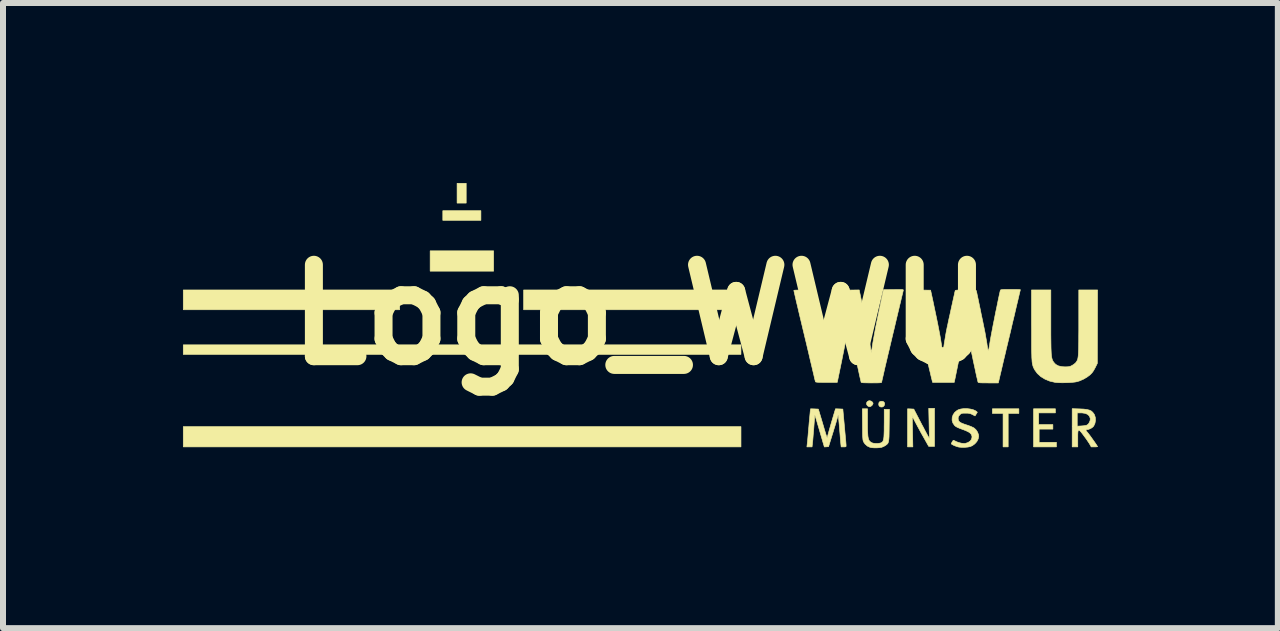
<source format=kicad_pcb>
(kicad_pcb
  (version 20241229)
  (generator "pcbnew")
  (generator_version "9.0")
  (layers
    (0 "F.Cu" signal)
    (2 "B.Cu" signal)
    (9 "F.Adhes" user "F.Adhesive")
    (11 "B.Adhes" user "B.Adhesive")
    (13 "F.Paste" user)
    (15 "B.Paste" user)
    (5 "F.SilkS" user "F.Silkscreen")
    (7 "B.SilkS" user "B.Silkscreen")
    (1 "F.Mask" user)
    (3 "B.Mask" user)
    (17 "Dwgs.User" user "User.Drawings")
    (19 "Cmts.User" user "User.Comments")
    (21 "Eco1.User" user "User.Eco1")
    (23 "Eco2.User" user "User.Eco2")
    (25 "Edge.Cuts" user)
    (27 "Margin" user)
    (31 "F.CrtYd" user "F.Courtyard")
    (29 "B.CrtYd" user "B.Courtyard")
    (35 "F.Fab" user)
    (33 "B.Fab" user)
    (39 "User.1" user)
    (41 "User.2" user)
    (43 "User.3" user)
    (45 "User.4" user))
  (footprint "Logo_WWU"
    (layer "F.Cu")
    (at 7.625 2.198)
    (property "Reference" "Logo_WWU" (at 0 0 0) (layer "F.SilkS") (effects (font (size 1.524 1.524) (thickness 0.3))))
    (attr through_hole)
    (fp_poly (pts (xy -4.013 -0.085) (xy -7.62 -0.085) (xy -7.62 -0.415) (xy -4.013 -0.415) (xy -4.013 -0.085)) (stroke (width 0.01) (type solid)) (fill yes) (layer "F.SilkS"))
    (fp_poly (pts (xy -2.904 -1.863) (xy -3.056 -1.863) (xy -3.056 -2.193) (xy -2.904 -2.193) (xy -2.904 -1.863)) (stroke (width 0.01) (type solid)) (fill yes) (layer "F.SilkS"))
    (fp_poly (pts (xy -2.659 -1.575) (xy -3.294 -1.575) (xy -3.294 -1.736) (xy -2.659 -1.736) (xy -2.659 -1.575)) (stroke (width 0.01) (type solid)) (fill yes) (layer "F.SilkS"))
    (fp_poly (pts (xy -2.447 -0.728) (xy -3.505 -0.728) (xy -3.505 -1.067) (xy -2.447 -1.067) (xy -2.447 -0.728)) (stroke (width 0.01) (type solid)) (fill yes) (layer "F.SilkS"))
    (fp_poly (pts (xy 1.668 -0.085) (xy -1.947 -0.085) (xy -1.947 -0.415) (xy 1.668 -0.415) (xy 1.668 -0.085)) (stroke (width 0.01) (type solid)) (fill yes) (layer "F.SilkS"))
    (fp_poly (pts (xy 1.676 0.66) (xy -7.62 0.66) (xy -7.62 0.5) (xy 1.676 0.5) (xy 1.676 0.66)) (stroke (width 0.01) (type solid)) (fill yes) (layer "F.SilkS"))
    (fp_poly (pts (xy 1.676 2.201) (xy -7.62 2.201) (xy -7.62 1.863) (xy 1.676 1.863) (xy 1.676 2.201)) (stroke (width 0.01) (type solid)) (fill yes) (layer "F.SilkS"))
    (fp_poly (pts (xy 6.308 1.643) (xy 6.13 1.643) (xy 6.13 2.201) (xy 6.045 2.201) (xy 6.045 1.643) (xy 5.867 1.643) (xy 5.867 1.566) (xy 6.308 1.566) (xy 6.308 1.643)) (stroke (width 0.01) (type solid)) (fill yes) (layer "F.SilkS"))
    (fp_poly (pts (xy 6.917 1.634) (xy 6.638 1.634) (xy 6.638 1.829) (xy 6.875 1.829) (xy 6.875 1.905) (xy 6.646 1.905) (xy 6.646 2.125) (xy 6.934 2.125) (xy 6.934 2.201) (xy 6.553 2.201) (xy 6.553 1.566) (xy 6.917 1.566) (xy 6.917 1.634)) (stroke (width 0.01) (type solid)) (fill yes) (layer "F.SilkS"))
    (fp_poly (pts (xy 4.053 1.448) (xy 4.068 1.466) (xy 4.071 1.478) (xy 4.067 1.506) (xy 4.051 1.527) (xy 4.029 1.537) (xy 4.003 1.535) (xy 3.989 1.528) (xy 3.976 1.513) (xy 3.972 1.493) (xy 3.973 1.483) (xy 3.977 1.461) (xy 3.989 1.448) (xy 3.998 1.444) (xy 4.028 1.44) (xy 4.053 1.448)) (stroke (width 0.01) (type solid)) (fill yes) (layer "F.SilkS"))
    (fp_poly (pts (xy 3.843 1.437) (xy 3.864 1.451) (xy 3.876 1.469) (xy 3.878 1.476) (xy 3.873 1.491) (xy 3.861 1.509) (xy 3.86 1.51) (xy 3.837 1.528) (xy 3.811 1.531) (xy 3.787 1.517) (xy 3.785 1.516) (xy 3.77 1.492) (xy 3.77 1.467) (xy 3.782 1.446) (xy 3.805 1.433) (xy 3.821 1.431) (xy 3.843 1.437)) (stroke (width 0.01) (type solid)) (fill yes) (layer "F.SilkS"))
    (fp_poly (pts (xy 4.902 2.193) (xy 4.854 2.193) (xy 4.805 2.192) (xy 4.712 2.026) (xy 4.681 1.972) (xy 4.651 1.916) (xy 4.622 1.863) (xy 4.597 1.816) (xy 4.578 1.78) (xy 4.575 1.775) (xy 4.531 1.689) (xy 4.536 1.945) (xy 4.541 2.201) (xy 4.453 2.201) (xy 4.453 1.566) (xy 4.505 1.568) (xy 4.557 1.571) (xy 4.66 1.77) (xy 4.689 1.826) (xy 4.718 1.879) (xy 4.743 1.928) (xy 4.765 1.969) (xy 4.781 1.999) (xy 4.79 2.015) (xy 4.817 2.061) (xy 4.806 1.558) (xy 4.902 1.558) (xy 4.902 2.193)) (stroke (width 0.01) (type solid)) (fill yes) (layer "F.SilkS"))
    (fp_poly (pts (xy 3.785 1.772) (xy 3.785 1.855) (xy 3.786 1.923) (xy 3.789 1.978) (xy 3.792 2.022) (xy 3.798 2.055) (xy 3.806 2.081) (xy 3.816 2.1) (xy 3.83 2.114) (xy 3.846 2.126) (xy 3.857 2.132) (xy 3.883 2.14) (xy 3.919 2.144) (xy 3.957 2.144) (xy 3.992 2.139) (xy 4.006 2.135) (xy 4.021 2.128) (xy 4.033 2.119) (xy 4.042 2.107) (xy 4.049 2.089) (xy 4.055 2.065) (xy 4.059 2.031) (xy 4.061 1.987) (xy 4.063 1.931) (xy 4.063 1.861) (xy 4.064 1.793) (xy 4.064 1.575) (xy 4.15 1.575) (xy 4.147 1.839) (xy 4.146 1.918) (xy 4.145 1.982) (xy 4.144 2.032) (xy 4.141 2.072) (xy 4.137 2.102) (xy 4.132 2.124) (xy 4.125 2.141) (xy 4.115 2.153) (xy 4.103 2.164) (xy 4.087 2.175) (xy 4.084 2.178) (xy 4.055 2.194) (xy 4.024 2.207) (xy 4.017 2.209) (xy 3.985 2.214) (xy 3.943 2.217) (xy 3.898 2.217) (xy 3.857 2.214) (xy 3.827 2.208) (xy 3.782 2.187) (xy 3.744 2.153) (xy 3.723 2.123) (xy 3.718 2.112) (xy 3.714 2.101) (xy 3.71 2.088) (xy 3.708 2.07) (xy 3.706 2.046) (xy 3.704 2.013) (xy 3.703 1.97) (xy 3.703 1.915) (xy 3.702 1.845) (xy 3.702 1.827) (xy 3.699 1.566) (xy 3.785 1.566) (xy 3.785 1.772)) (stroke (width 0.01) (type solid)) (fill yes) (layer "F.SilkS"))
    (fp_poly (pts (xy 7.322 1.568) (xy 7.389 1.571) (xy 7.442 1.578) (xy 7.483 1.588) (xy 7.515 1.603) (xy 7.54 1.625) (xy 7.561 1.653) (xy 7.57 1.67) (xy 7.583 1.712) (xy 7.585 1.759) (xy 7.577 1.807) (xy 7.558 1.849) (xy 7.546 1.865) (xy 7.523 1.884) (xy 7.493 1.9) (xy 7.463 1.911) (xy 7.447 1.913) (xy 7.431 1.915) (xy 7.427 1.922) (xy 7.434 1.937) (xy 7.452 1.96) (xy 7.458 1.967) (xy 7.472 1.985) (xy 7.493 2.012) (xy 7.516 2.044) (xy 7.541 2.079) (xy 7.566 2.114) (xy 7.588 2.146) (xy 7.606 2.173) (xy 7.617 2.191) (xy 7.62 2.197) (xy 7.612 2.199) (xy 7.592 2.201) (xy 7.567 2.201) (xy 7.514 2.201) (xy 7.492 2.161) (xy 7.478 2.138) (xy 7.457 2.107) (xy 7.432 2.07) (xy 7.404 2.032) (xy 7.404 2.032) (xy 7.368 1.983) (xy 7.34 1.948) (xy 7.32 1.928) (xy 7.306 1.922) (xy 7.297 1.931) (xy 7.292 1.955) (xy 7.29 1.995) (xy 7.29 2.051) (xy 7.29 2.062) (xy 7.29 2.201) (xy 7.197 2.201) (xy 7.197 1.634) (xy 7.281 1.634) (xy 7.281 1.856) (xy 7.351 1.852) (xy 7.387 1.849) (xy 7.419 1.844) (xy 7.441 1.838) (xy 7.444 1.837) (xy 7.467 1.819) (xy 7.485 1.79) (xy 7.497 1.757) (xy 7.498 1.726) (xy 7.498 1.725) (xy 7.483 1.687) (xy 7.454 1.659) (xy 7.413 1.642) (xy 7.357 1.634) (xy 7.341 1.634) (xy 7.281 1.634) (xy 7.197 1.634) (xy 7.197 1.564) (xy 7.322 1.568)) (stroke (width 0.01) (type solid)) (fill yes) (layer "F.SilkS"))
    (fp_poly (pts (xy 6.841 0.116) (xy 6.841 0.232) (xy 6.841 0.333) (xy 6.842 0.418) (xy 6.843 0.491) (xy 6.844 0.552) (xy 6.846 0.603) (xy 6.848 0.645) (xy 6.851 0.679) (xy 6.855 0.706) (xy 6.86 0.728) (xy 6.865 0.746) (xy 6.872 0.762) (xy 6.88 0.776) (xy 6.889 0.79) (xy 6.922 0.826) (xy 6.968 0.851) (xy 7.026 0.864) (xy 7.078 0.867) (xy 7.117 0.866) (xy 7.146 0.863) (xy 7.17 0.856) (xy 7.194 0.844) (xy 7.223 0.826) (xy 7.249 0.805) (xy 7.259 0.794) (xy 7.268 0.781) (xy 7.276 0.769) (xy 7.283 0.755) (xy 7.289 0.738) (xy 7.293 0.718) (xy 7.297 0.692) (xy 7.3 0.66) (xy 7.302 0.62) (xy 7.304 0.572) (xy 7.305 0.512) (xy 7.306 0.441) (xy 7.306 0.358) (xy 7.307 0.26) (xy 7.307 0.147) (xy 7.307 0.125) (xy 7.307 -0.415) (xy 7.62 -0.415) (xy 7.618 0.197) (xy 7.616 0.809) (xy 7.58 0.882) (xy 7.554 0.929) (xy 7.528 0.966) (xy 7.497 0.998) (xy 7.447 1.036) (xy 7.386 1.072) (xy 7.32 1.101) (xy 7.277 1.114) (xy 7.246 1.12) (xy 7.202 1.125) (xy 7.149 1.129) (xy 7.092 1.131) (xy 7.035 1.132) (xy 6.982 1.131) (xy 6.937 1.128) (xy 6.913 1.126) (xy 6.823 1.105) (xy 6.743 1.072) (xy 6.673 1.029) (xy 6.615 0.976) (xy 6.57 0.914) (xy 6.565 0.903) (xy 6.556 0.886) (xy 6.549 0.87) (xy 6.543 0.853) (xy 6.538 0.834) (xy 6.533 0.811) (xy 6.529 0.784) (xy 6.527 0.751) (xy 6.524 0.711) (xy 6.523 0.662) (xy 6.521 0.604) (xy 6.52 0.534) (xy 6.52 0.452) (xy 6.52 0.357) (xy 6.52 0.247) (xy 6.519 0.167) (xy 6.519 -0.415) (xy 6.841 -0.415) (xy 6.841 0.116)) (stroke (width 0.01) (type solid)) (fill yes) (layer "F.SilkS"))
    (fp_poly (pts (xy 5.445 1.563) (xy 5.499 1.57) (xy 5.548 1.582) (xy 5.587 1.6) (xy 5.597 1.607) (xy 5.616 1.623) (xy 5.597 1.654) (xy 5.578 1.685) (xy 5.534 1.662) (xy 5.508 1.65) (xy 5.484 1.643) (xy 5.454 1.639) (xy 5.421 1.639) (xy 5.386 1.639) (xy 5.364 1.641) (xy 5.348 1.646) (xy 5.335 1.655) (xy 5.324 1.666) (xy 5.305 1.689) (xy 5.297 1.711) (xy 5.296 1.727) (xy 5.299 1.752) (xy 5.309 1.773) (xy 5.328 1.791) (xy 5.359 1.807) (xy 5.403 1.824) (xy 5.431 1.833) (xy 5.473 1.847) (xy 5.512 1.862) (xy 5.544 1.877) (xy 5.561 1.886) (xy 5.592 1.914) (xy 5.618 1.952) (xy 5.634 1.993) (xy 5.639 2.023) (xy 5.63 2.068) (xy 5.608 2.112) (xy 5.574 2.15) (xy 5.532 2.181) (xy 5.494 2.197) (xy 5.458 2.204) (xy 5.412 2.208) (xy 5.364 2.209) (xy 5.321 2.206) (xy 5.296 2.202) (xy 5.271 2.194) (xy 5.243 2.184) (xy 5.216 2.172) (xy 5.195 2.16) (xy 5.183 2.152) (xy 5.182 2.15) (xy 5.186 2.138) (xy 5.195 2.12) (xy 5.206 2.102) (xy 5.215 2.092) (xy 5.217 2.091) (xy 5.228 2.095) (xy 5.248 2.104) (xy 5.258 2.11) (xy 5.303 2.128) (xy 5.351 2.14) (xy 5.394 2.144) (xy 5.416 2.143) (xy 5.461 2.128) (xy 5.496 2.105) (xy 5.518 2.075) (xy 5.527 2.04) (xy 5.526 2.022) (xy 5.518 1.998) (xy 5.502 1.976) (xy 5.477 1.957) (xy 5.44 1.938) (xy 5.39 1.917) (xy 5.367 1.909) (xy 5.319 1.891) (xy 5.284 1.876) (xy 5.26 1.863) (xy 5.242 1.849) (xy 5.235 1.842) (xy 5.208 1.802) (xy 5.195 1.757) (xy 5.197 1.711) (xy 5.212 1.666) (xy 5.239 1.626) (xy 5.278 1.594) (xy 5.298 1.583) (xy 5.339 1.57) (xy 5.39 1.563) (xy 5.445 1.563)) (stroke (width 0.01) (type solid)) (fill yes) (layer "F.SilkS"))
    (fp_poly (pts (xy 3.313 1.568) (xy 3.374 1.571) (xy 3.401 1.863) (xy 3.407 1.932) (xy 3.413 1.997) (xy 3.418 2.055) (xy 3.423 2.105) (xy 3.426 2.143) (xy 3.428 2.169) (xy 3.428 2.178) (xy 3.428 2.192) (xy 3.422 2.199) (xy 3.406 2.201) (xy 3.387 2.201) (xy 3.346 2.201) (xy 3.341 2.157) (xy 3.339 2.136) (xy 3.336 2.102) (xy 3.332 2.056) (xy 3.328 2.002) (xy 3.323 1.942) (xy 3.319 1.893) (xy 3.314 1.834) (xy 3.309 1.78) (xy 3.305 1.735) (xy 3.302 1.7) (xy 3.299 1.677) (xy 3.298 1.669) (xy 3.294 1.672) (xy 3.294 1.677) (xy 3.291 1.688) (xy 3.284 1.713) (xy 3.273 1.75) (xy 3.26 1.797) (xy 3.243 1.852) (xy 3.224 1.912) (xy 3.215 1.943) (xy 3.136 2.197) (xy 3.101 2.2) (xy 3.066 2.202) (xy 3.049 2.145) (xy 3.041 2.119) (xy 3.03 2.08) (xy 3.016 2.033) (xy 3 1.979) (xy 2.984 1.922) (xy 2.98 1.909) (xy 2.964 1.855) (xy 2.949 1.804) (xy 2.936 1.759) (xy 2.925 1.724) (xy 2.918 1.702) (xy 2.917 1.698) (xy 2.91 1.678) (xy 2.907 1.673) (xy 2.905 1.682) (xy 2.905 1.688) (xy 2.904 1.706) (xy 2.902 1.738) (xy 2.898 1.781) (xy 2.894 1.832) (xy 2.89 1.888) (xy 2.885 1.946) (xy 2.88 2.003) (xy 2.876 2.056) (xy 2.872 2.102) (xy 2.868 2.138) (xy 2.866 2.161) (xy 2.865 2.165) (xy 2.861 2.201) (xy 2.775 2.201) (xy 2.78 2.157) (xy 2.782 2.137) (xy 2.786 2.103) (xy 2.79 2.057) (xy 2.795 2.002) (xy 2.8 1.941) (xy 2.806 1.876) (xy 2.807 1.867) (xy 2.812 1.803) (xy 2.818 1.743) (xy 2.823 1.69) (xy 2.827 1.646) (xy 2.83 1.614) (xy 2.832 1.595) (xy 2.833 1.594) (xy 2.837 1.566) (xy 2.902 1.568) (xy 2.966 1.571) (xy 3.023 1.761) (xy 3.047 1.842) (xy 3.066 1.907) (xy 3.082 1.959) (xy 3.094 1.998) (xy 3.103 2.025) (xy 3.11 2.041) (xy 3.113 2.048) (xy 3.115 2.047) (xy 3.115 2.045) (xy 3.118 2.031) (xy 3.125 2.003) (xy 3.136 1.963) (xy 3.15 1.913) (xy 3.167 1.853) (xy 3.186 1.787) (xy 3.207 1.716) (xy 3.229 1.642) (xy 3.231 1.636) (xy 3.252 1.566) (xy 3.313 1.568)) (stroke (width 0.01) (type solid)) (fill yes) (layer "F.SilkS"))
    (fp_poly (pts (xy 4.349 -0.422) (xy 4.368 -0.421) (xy 4.378 -0.418) (xy 4.383 -0.415) (xy 4.383 -0.41) (xy 4.382 -0.409) (xy 4.379 -0.396) (xy 4.373 -0.37) (xy 4.364 -0.333) (xy 4.352 -0.286) (xy 4.34 -0.233) (xy 4.332 -0.199) (xy 4.321 -0.156) (xy 4.308 -0.099) (xy 4.291 -0.029) (xy 4.272 0.051) (xy 4.251 0.14) (xy 4.229 0.234) (xy 4.205 0.333) (xy 4.181 0.434) (xy 4.157 0.535) (xy 4.154 0.551) (xy 4.131 0.645) (xy 4.11 0.735) (xy 4.09 0.819) (xy 4.072 0.895) (xy 4.057 0.963) (xy 4.044 1.02) (xy 4.033 1.066) (xy 4.026 1.099) (xy 4.022 1.117) (xy 4.022 1.12) (xy 4.02 1.125) (xy 4.015 1.129) (xy 4.003 1.131) (xy 3.982 1.133) (xy 3.951 1.134) (xy 3.907 1.134) (xy 3.852 1.135) (xy 3.791 1.134) (xy 3.744 1.133) (xy 3.712 1.132) (xy 3.691 1.129) (xy 3.681 1.126) (xy 3.679 1.124) (xy 3.676 1.112) (xy 3.67 1.086) (xy 3.661 1.048) (xy 3.65 0.999) (xy 3.638 0.942) (xy 3.624 0.878) (xy 3.609 0.81) (xy 3.594 0.741) (xy 3.579 0.671) (xy 3.565 0.603) (xy 3.551 0.539) (xy 3.539 0.482) (xy 3.529 0.432) (xy 3.521 0.393) (xy 3.515 0.366) (xy 3.515 0.364) (xy 3.506 0.315) (xy 3.497 0.26) (xy 3.49 0.208) (xy 3.487 0.191) (xy 3.477 0.107) (xy 3.457 0.234) (xy 3.451 0.269) (xy 3.442 0.318) (xy 3.431 0.379) (xy 3.418 0.45) (xy 3.403 0.527) (xy 3.387 0.609) (xy 3.37 0.692) (xy 3.36 0.743) (xy 3.281 1.126) (xy 3.101 1.126) (xy 3.037 1.126) (xy 2.989 1.125) (xy 2.955 1.124) (xy 2.932 1.121) (xy 2.92 1.118) (xy 2.917 1.115) (xy 2.915 1.105) (xy 2.908 1.08) (xy 2.899 1.042) (xy 2.888 0.993) (xy 2.874 0.935) (xy 2.859 0.87) (xy 2.842 0.799) (xy 2.836 0.775) (xy 2.818 0.697) (xy 2.8 0.619) (xy 2.782 0.544) (xy 2.766 0.475) (xy 2.751 0.414) (xy 2.739 0.364) (xy 2.731 0.328) (xy 2.73 0.326) (xy 2.705 0.222) (xy 2.681 0.121) (xy 2.658 0.026) (xy 2.637 -0.063) (xy 2.618 -0.145) (xy 2.6 -0.218) (xy 2.586 -0.281) (xy 2.574 -0.333) (xy 2.565 -0.372) (xy 2.559 -0.397) (xy 2.557 -0.407) (xy 2.557 -0.407) (xy 2.565 -0.41) (xy 2.587 -0.412) (xy 2.622 -0.413) (xy 2.666 -0.414) (xy 2.717 -0.415) (xy 2.722 -0.415) (xy 2.779 -0.415) (xy 2.821 -0.415) (xy 2.85 -0.414) (xy 2.87 -0.412) (xy 2.881 -0.409) (xy 2.887 -0.405) (xy 2.89 -0.4) (xy 2.891 -0.396) (xy 2.907 -0.328) (xy 2.924 -0.251) (xy 2.941 -0.168) (xy 2.96 -0.079) (xy 2.978 0.012) (xy 2.996 0.103) (xy 3.014 0.193) (xy 3.03 0.279) (xy 3.045 0.359) (xy 3.057 0.43) (xy 3.067 0.492) (xy 3.075 0.54) (xy 3.078 0.57) (xy 3.082 0.597) (xy 3.086 0.616) (xy 3.09 0.621) (xy 3.09 0.621) (xy 3.094 0.61) (xy 3.099 0.586) (xy 3.104 0.554) (xy 3.106 0.535) (xy 3.115 0.473) (xy 3.127 0.399) (xy 3.143 0.313) (xy 3.163 0.213) (xy 3.187 0.098) (xy 3.214 -0.031) (xy 3.233 -0.114) (xy 3.298 -0.411) (xy 3.473 -0.413) (xy 3.647 -0.415) (xy 3.656 -0.371) (xy 3.66 -0.352) (xy 3.667 -0.319) (xy 3.676 -0.274) (xy 3.688 -0.219) (xy 3.701 -0.156) (xy 3.715 -0.088) (xy 3.73 -0.017) (xy 3.747 0.062) (xy 3.763 0.144) (xy 3.779 0.225) (xy 3.794 0.302) (xy 3.807 0.372) (xy 3.817 0.43) (xy 3.822 0.461) (xy 3.849 0.631) (xy 3.864 0.533) (xy 3.875 0.462) (xy 3.889 0.383) (xy 3.905 0.296) (xy 3.923 0.199) (xy 3.945 0.09) (xy 3.97 -0.032) (xy 3.99 -0.127) (xy 4.051 -0.419) (xy 4.219 -0.421) (xy 4.276 -0.422) (xy 4.319 -0.422) (xy 4.349 -0.422)) (stroke (width 0.01) (type solid)) (fill yes) (layer "F.SilkS"))
    (fp_poly (pts (xy 6.219 -0.423) (xy 6.264 -0.423) (xy 6.299 -0.422) (xy 6.323 -0.421) (xy 6.333 -0.42) (xy 6.333 -0.42) (xy 6.332 -0.412) (xy 6.327 -0.392) (xy 6.319 -0.359) (xy 6.308 -0.313) (xy 6.294 -0.252) (xy 6.276 -0.178) (xy 6.255 -0.089) (xy 6.231 0.015) (xy 6.202 0.134) (xy 6.171 0.269) (xy 6.135 0.419) (xy 6.095 0.585) (xy 6.091 0.605) (xy 6.074 0.676) (xy 6.056 0.75) (xy 6.039 0.823) (xy 6.023 0.892) (xy 6.009 0.952) (xy 6.001 0.984) (xy 5.966 1.135) (xy 5.799 1.135) (xy 5.741 1.134) (xy 5.698 1.134) (xy 5.668 1.133) (xy 5.648 1.131) (xy 5.636 1.128) (xy 5.63 1.125) (xy 5.627 1.12) (xy 5.622 1.102) (xy 5.615 1.069) (xy 5.604 1.025) (xy 5.592 0.97) (xy 5.579 0.907) (xy 5.564 0.838) (xy 5.548 0.765) (xy 5.533 0.691) (xy 5.517 0.617) (xy 5.503 0.546) (xy 5.489 0.48) (xy 5.477 0.42) (xy 5.467 0.37) (xy 5.46 0.331) (xy 5.456 0.309) (xy 5.448 0.262) (xy 5.441 0.219) (xy 5.435 0.183) (xy 5.431 0.158) (xy 5.43 0.152) (xy 5.428 0.145) (xy 5.424 0.148) (xy 5.42 0.164) (xy 5.414 0.193) (xy 5.406 0.237) (xy 5.402 0.267) (xy 5.395 0.308) (xy 5.385 0.364) (xy 5.372 0.43) (xy 5.358 0.504) (xy 5.342 0.582) (xy 5.326 0.663) (xy 5.31 0.743) (xy 5.31 0.745) (xy 5.294 0.819) (xy 5.28 0.888) (xy 5.267 0.951) (xy 5.256 1.006) (xy 5.247 1.05) (xy 5.24 1.082) (xy 5.236 1.1) (xy 5.236 1.103) (xy 5.231 1.126) (xy 4.87 1.126) (xy 4.856 1.069) (xy 4.85 1.045) (xy 4.841 1.008) (xy 4.83 0.96) (xy 4.816 0.904) (xy 4.802 0.843) (xy 4.788 0.783) (xy 4.754 0.639) (xy 4.717 0.483) (xy 4.678 0.319) (xy 4.638 0.15) (xy 4.597 -0.019) (xy 4.56 -0.177) (xy 4.545 -0.237) (xy 4.532 -0.292) (xy 4.521 -0.339) (xy 4.513 -0.376) (xy 4.507 -0.401) (xy 4.504 -0.412) (xy 4.504 -0.412) (xy 4.512 -0.413) (xy 4.535 -0.414) (xy 4.569 -0.414) (xy 4.612 -0.414) (xy 4.663 -0.413) (xy 4.671 -0.413) (xy 4.837 -0.411) (xy 4.874 -0.241) (xy 4.905 -0.093) (xy 4.933 0.04) (xy 4.957 0.158) (xy 4.977 0.261) (xy 4.994 0.351) (xy 5.007 0.428) (xy 5.016 0.486) (xy 5.026 0.548) (xy 5.033 0.594) (xy 5.039 0.622) (xy 5.043 0.635) (xy 5.046 0.63) (xy 5.046 0.615) (xy 5.048 0.597) (xy 5.052 0.566) (xy 5.058 0.524) (xy 5.065 0.474) (xy 5.074 0.421) (xy 5.083 0.366) (xy 5.092 0.313) (xy 5.101 0.264) (xy 5.106 0.242) (xy 5.111 0.215) (xy 5.12 0.176) (xy 5.13 0.127) (xy 5.142 0.07) (xy 5.156 0.009) (xy 5.17 -0.056) (xy 5.184 -0.121) (xy 5.198 -0.184) (xy 5.211 -0.243) (xy 5.223 -0.297) (xy 5.233 -0.341) (xy 5.24 -0.375) (xy 5.245 -0.395) (xy 5.246 -0.4) (xy 5.249 -0.405) (xy 5.255 -0.409) (xy 5.267 -0.411) (xy 5.288 -0.413) (xy 5.318 -0.414) (xy 5.361 -0.415) (xy 5.418 -0.415) (xy 5.423 -0.415) (xy 5.481 -0.415) (xy 5.525 -0.415) (xy 5.556 -0.414) (xy 5.577 -0.412) (xy 5.589 -0.41) (xy 5.596 -0.406) (xy 5.599 -0.401) (xy 5.601 -0.396) (xy 5.604 -0.382) (xy 5.61 -0.353) (xy 5.618 -0.313) (xy 5.629 -0.263) (xy 5.641 -0.205) (xy 5.654 -0.142) (xy 5.668 -0.076) (xy 5.681 -0.009) (xy 5.695 0.056) (xy 5.708 0.117) (xy 5.719 0.173) (xy 5.729 0.22) (xy 5.732 0.237) (xy 5.744 0.294) (xy 5.755 0.359) (xy 5.767 0.426) (xy 5.777 0.486) (xy 5.777 0.491) (xy 5.785 0.541) (xy 5.792 0.576) (xy 5.797 0.598) (xy 5.801 0.603) (xy 5.802 0.601) (xy 5.805 0.586) (xy 5.81 0.557) (xy 5.817 0.518) (xy 5.824 0.472) (xy 5.83 0.436) (xy 5.835 0.405) (xy 5.843 0.362) (xy 5.853 0.308) (xy 5.865 0.245) (xy 5.878 0.176) (xy 5.893 0.102) (xy 5.908 0.026) (xy 5.923 -0.05) (xy 5.939 -0.124) (xy 5.953 -0.194) (xy 5.966 -0.258) (xy 5.978 -0.314) (xy 5.988 -0.359) (xy 5.995 -0.391) (xy 6 -0.409) (xy 6.002 -0.414) (xy 6.009 -0.417) (xy 6.022 -0.42) (xy 6.042 -0.422) (xy 6.073 -0.423) (xy 6.117 -0.423) (xy 6.169 -0.423) (xy 6.219 -0.423)) (stroke (width 0.01) (type solid)) (fill yes) (layer "F.SilkS")))
  (gr_rect
    (start -3 -3)
    (end 18.25 7.42)
    (stroke (width 0.1) (type default))
    (fill no)
    (layer "Edge.Cuts")))
</source>
